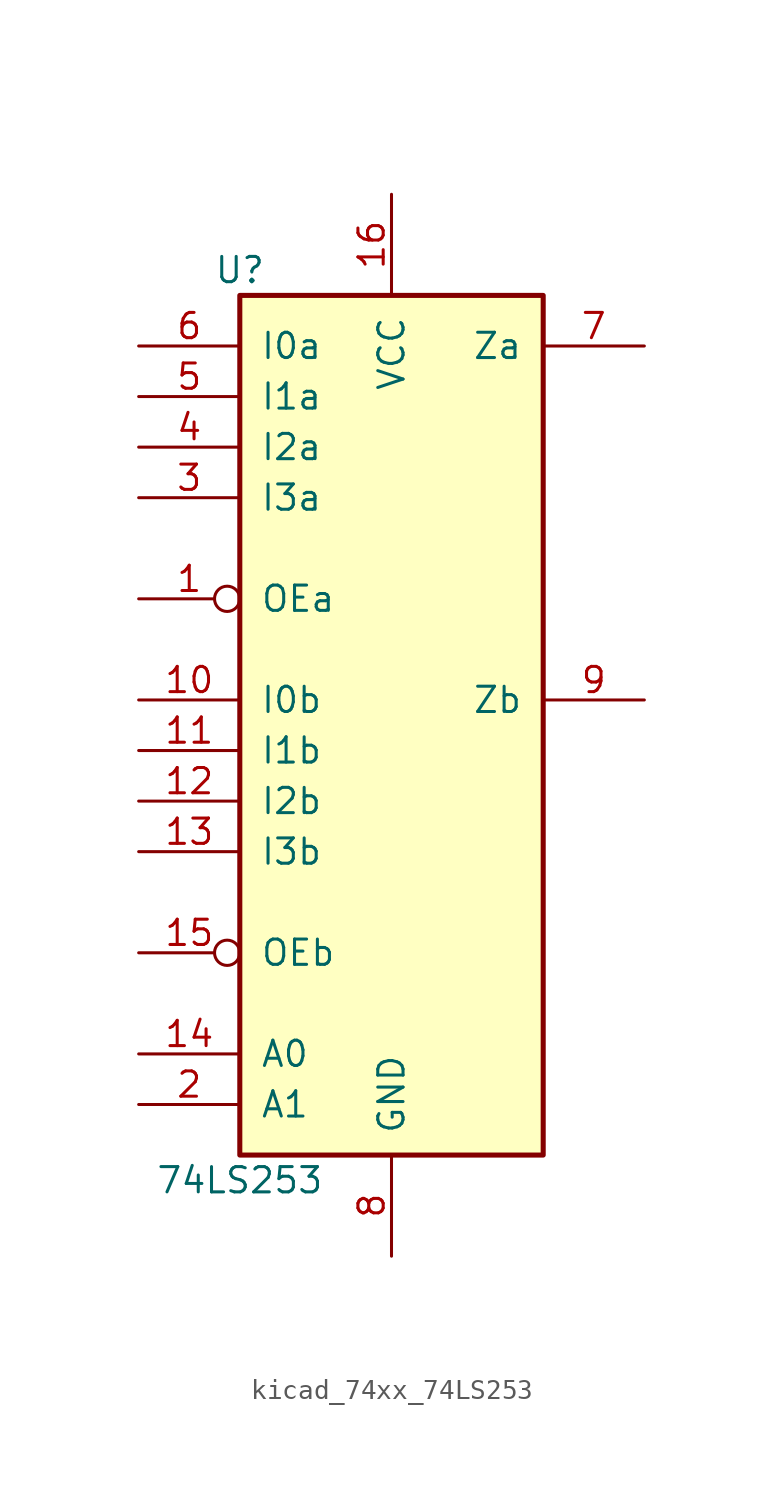
<source format=kicad_sym>
(kicad_symbol_lib
  (version 20220914)
  (generator kicad_symbol_editor)
  (symbol "kicad_74xx_74LS253"
    (pin_names
      (offset 1.016))
    (property "Reference" "U"
      (at -7.62 21.59 0)
      (effects (font (size 1.27 1.27))))
    (property "Value" "74LS253"
      (at -7.62 -24.13 0)
      (effects (font (size 1.27 1.27))))
    (property "ki_locked" ""
      (at 0 0 0)
      (effects (font (size 1.27 1.27))))
    (symbol "kicad_74xx_74LS253_1_0"
      (pin input inverted (at -12.7 5.08 0) (length 5.08) (name "OEa" (effects (font (size 1.27 1.27)))) (number "1" (effects (font (size 1.27 1.27)))))
      (pin input line (at -12.7 0 0) (length 5.08) (name "I0b" (effects (font (size 1.27 1.27)))) (number "10" (effects (font (size 1.27 1.27)))))
      (pin input line (at -12.7 -2.54 0) (length 5.08) (name "I1b" (effects (font (size 1.27 1.27)))) (number "11" (effects (font (size 1.27 1.27)))))
      (pin input line (at -12.7 -5.08 0) (length 5.08) (name "I2b" (effects (font (size 1.27 1.27)))) (number "12" (effects (font (size 1.27 1.27)))))
      (pin input line (at -12.7 -7.62 0) (length 5.08) (name "I3b" (effects (font (size 1.27 1.27)))) (number "13" (effects (font (size 1.27 1.27)))))
      (pin input line (at -12.7 -17.78 0) (length 5.08) (name "A0" (effects (font (size 1.27 1.27)))) (number "14" (effects (font (size 1.27 1.27)))))
      (pin input inverted (at -12.7 -12.7 0) (length 5.08) (name "OEb" (effects (font (size 1.27 1.27)))) (number "15" (effects (font (size 1.27 1.27)))))
      (pin power_in line (at 0 25.4 270) (length 5.08) (name "VCC" (effects (font (size 1.27 1.27)))) (number "16" (effects (font (size 1.27 1.27)))))
      (pin input line (at -12.7 -20.32 0) (length 5.08) (name "A1" (effects (font (size 1.27 1.27)))) (number "2" (effects (font (size 1.27 1.27)))))
      (pin input line (at -12.7 10.16 0) (length 5.08) (name "I3a" (effects (font (size 1.27 1.27)))) (number "3" (effects (font (size 1.27 1.27)))))
      (pin input line (at -12.7 12.7 0) (length 5.08) (name "I2a" (effects (font (size 1.27 1.27)))) (number "4" (effects (font (size 1.27 1.27)))))
      (pin input line (at -12.7 15.24 0) (length 5.08) (name "I1a" (effects (font (size 1.27 1.27)))) (number "5" (effects (font (size 1.27 1.27)))))
      (pin input line (at -12.7 17.78 0) (length 5.08) (name "I0a" (effects (font (size 1.27 1.27)))) (number "6" (effects (font (size 1.27 1.27)))))
      (pin tri_state line (at 12.7 17.78 180) (length 5.08) (name "Za" (effects (font (size 1.27 1.27)))) (number "7" (effects (font (size 1.27 1.27)))))
      (pin power_in line (at 0 -27.94 90) (length 5.08) (name "GND" (effects (font (size 1.27 1.27)))) (number "8" (effects (font (size 1.27 1.27)))))
      (pin tri_state line (at 12.7 0 180) (length 5.08) (name "Zb" (effects (font (size 1.27 1.27)))) (number "9" (effects (font (size 1.27 1.27))))))
    (symbol "kicad_74xx_74LS253_1_1"
      (rectangle (start -7.62 20.32) (end 7.62 -22.86) (stroke (width 0.254) (type default)) (fill (type background))))))
</source>
